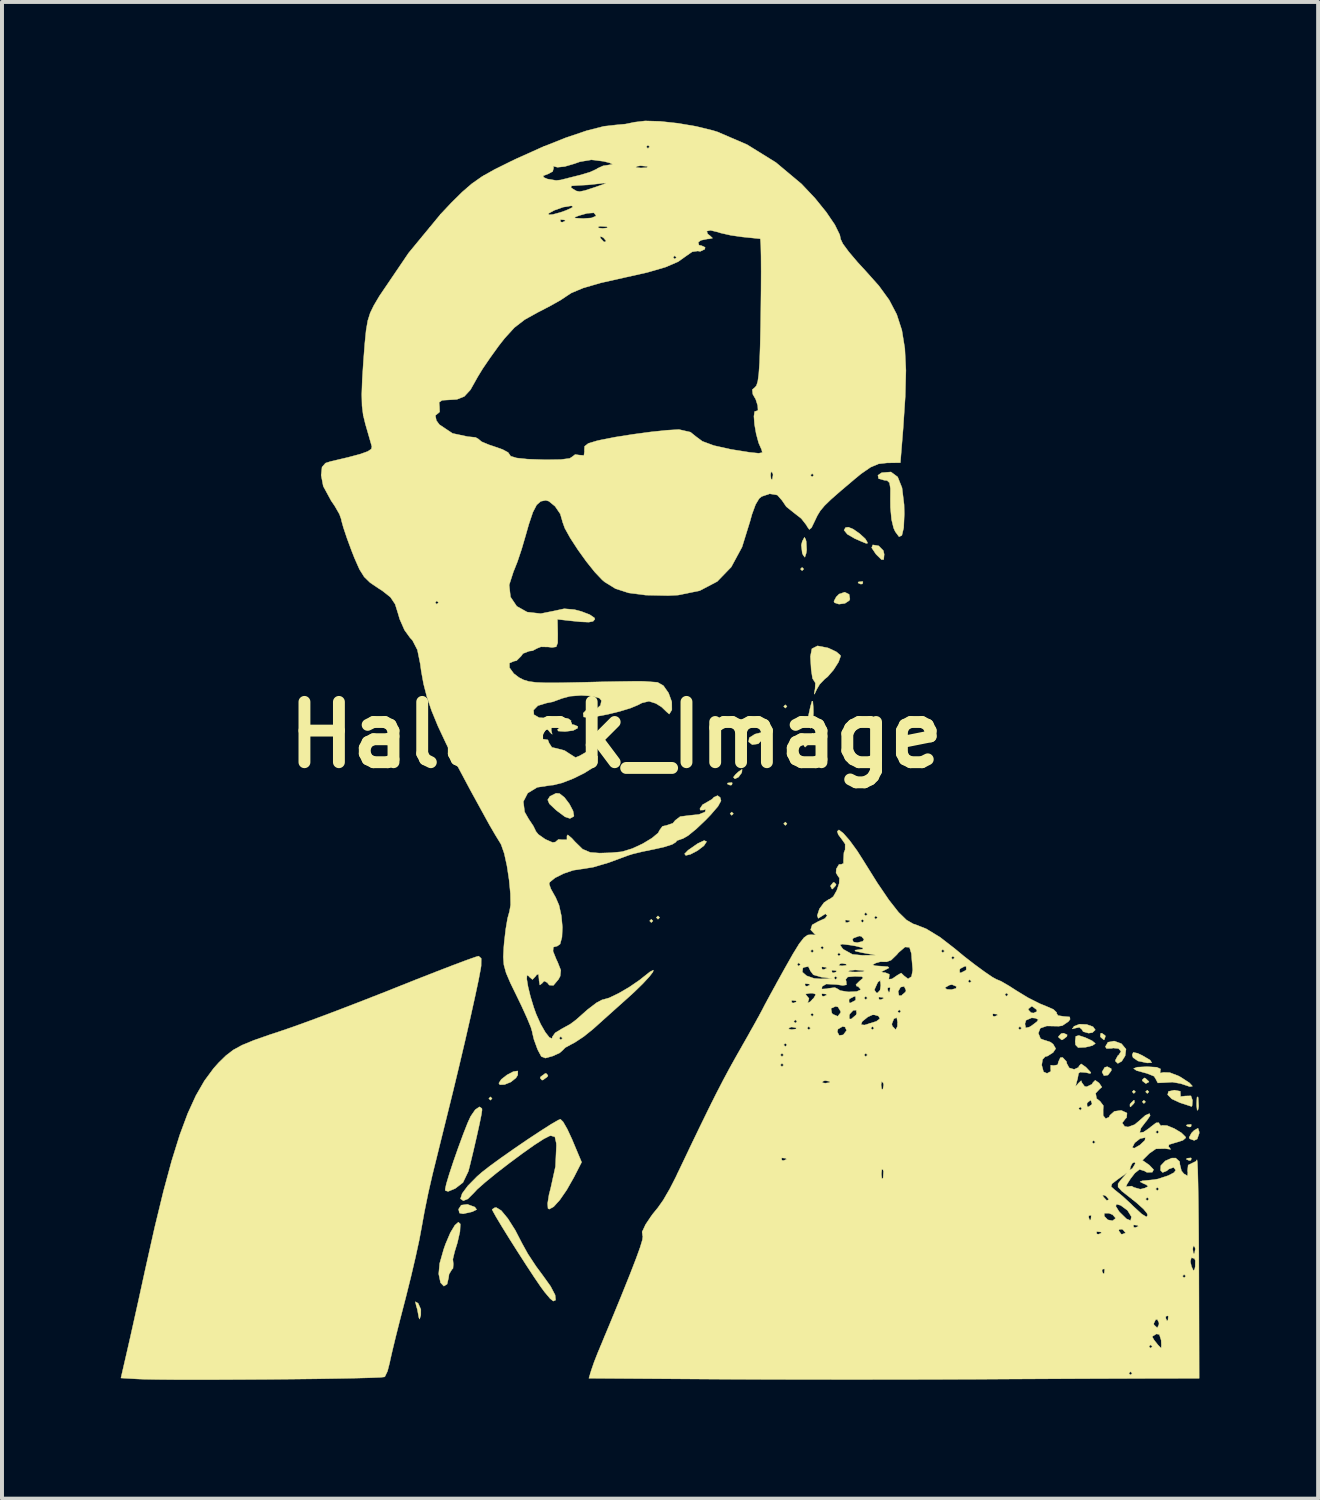
<source format=kicad_pcb>
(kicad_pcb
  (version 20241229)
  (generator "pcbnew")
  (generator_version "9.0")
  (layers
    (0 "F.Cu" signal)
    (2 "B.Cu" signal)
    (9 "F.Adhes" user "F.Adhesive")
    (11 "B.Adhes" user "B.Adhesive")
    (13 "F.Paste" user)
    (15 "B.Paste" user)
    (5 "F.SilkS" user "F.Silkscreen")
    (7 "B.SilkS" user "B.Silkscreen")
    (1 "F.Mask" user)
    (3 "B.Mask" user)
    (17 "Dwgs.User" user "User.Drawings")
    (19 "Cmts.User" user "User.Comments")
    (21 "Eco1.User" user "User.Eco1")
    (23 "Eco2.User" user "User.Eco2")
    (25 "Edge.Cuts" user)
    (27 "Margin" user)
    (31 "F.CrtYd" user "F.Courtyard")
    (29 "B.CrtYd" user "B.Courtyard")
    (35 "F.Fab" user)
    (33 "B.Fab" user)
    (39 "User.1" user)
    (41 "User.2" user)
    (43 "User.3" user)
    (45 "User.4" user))
  (footprint "Hallock_Image"
    (layer "F.Cu")
    (at 12.516 15.518)
    (property "Reference" "Hallock_Image" (at 0 0 0) (layer "F.SilkS") (effects (font (size 1.524 1.524) (thickness 0.3))))
    (attr through_hole)
    (fp_poly (pts (xy -3.133 9.186) (xy -3.175 9.229) (xy -3.217 9.186) (xy -3.175 9.144) (xy -3.133 9.186)) (stroke (width 0.01) (type solid)) (fill yes) (layer "F.SilkS"))
    (fp_poly (pts (xy 0.931 4.699) (xy 0.889 4.741) (xy 0.847 4.699) (xy 0.889 4.657) (xy 0.931 4.699)) (stroke (width 0.01) (type solid)) (fill yes) (layer "F.SilkS"))
    (fp_poly (pts (xy 1.101 4.614) (xy 1.058 4.657) (xy 1.016 4.614) (xy 1.058 4.572) (xy 1.101 4.614)) (stroke (width 0.01) (type solid)) (fill yes) (layer "F.SilkS"))
    (fp_poly (pts (xy 2.963 1.99) (xy 2.921 2.032) (xy 2.879 1.99) (xy 2.921 1.947) (xy 2.963 1.99)) (stroke (width 0.01) (type solid)) (fill yes) (layer "F.SilkS"))
    (fp_poly (pts (xy 4.318 -0.72) (xy 4.276 -0.677) (xy 4.233 -0.72) (xy 4.276 -0.762) (xy 4.318 -0.72)) (stroke (width 0.01) (type solid)) (fill yes) (layer "F.SilkS"))
    (fp_poly (pts (xy 4.318 2.244) (xy 4.276 2.286) (xy 4.233 2.244) (xy 4.276 2.201) (xy 4.318 2.244)) (stroke (width 0.01) (type solid)) (fill yes) (layer "F.SilkS"))
    (fp_poly (pts (xy 4.741 -4.191) (xy 4.699 -4.149) (xy 4.657 -4.191) (xy 4.699 -4.233) (xy 4.741 -4.191)) (stroke (width 0.01) (type solid)) (fill yes) (layer "F.SilkS"))
    (fp_poly (pts (xy 13.123 9.017) (xy 13.081 9.059) (xy 13.039 9.017) (xy 13.081 8.975) (xy 13.123 9.017)) (stroke (width 0.01) (type solid)) (fill yes) (layer "F.SilkS"))
    (fp_poly (pts (xy 13.377 9.271) (xy 13.335 9.313) (xy 13.293 9.271) (xy 13.335 9.229) (xy 13.377 9.271)) (stroke (width 0.01) (type solid)) (fill yes) (layer "F.SilkS"))
    (fp_poly (pts (xy 13.462 9.017) (xy 13.42 9.059) (xy 13.377 9.017) (xy 13.42 8.975) (xy 13.462 9.017)) (stroke (width 0.01) (type solid)) (fill yes) (layer "F.SilkS"))
    (fp_poly (pts (xy 2.935 1.214) (xy 2.923 1.264) (xy 2.879 1.27) (xy 2.809 1.239) (xy 2.822 1.214) (xy 2.923 1.203) (xy 2.935 1.214)) (stroke (width 0.01) (type solid)) (fill yes) (layer "F.SilkS"))
    (fp_poly (pts (xy 6.237 -3.866) (xy 6.225 -3.816) (xy 6.181 -3.81) (xy 6.111 -3.841) (xy 6.124 -3.866) (xy 6.225 -3.877) (xy 6.237 -3.866)) (stroke (width 0.01) (type solid)) (fill yes) (layer "F.SilkS"))
    (fp_poly (pts (xy 14.534 9.85) (xy 14.523 9.9) (xy 14.478 9.906) (xy 14.408 9.875) (xy 14.422 9.85) (xy 14.522 9.839) (xy 14.534 9.85)) (stroke (width 0.01) (type solid)) (fill yes) (layer "F.SilkS"))
    (fp_poly (pts (xy 14.534 10.696) (xy 14.523 10.747) (xy 14.478 10.753) (xy 14.408 10.722) (xy 14.422 10.696) (xy 14.522 10.686) (xy 14.534 10.696)) (stroke (width 0.01) (type solid)) (fill yes) (layer "F.SilkS"))
    (fp_poly (pts (xy 12.509 8.431) (xy 12.511 8.483) (xy 12.427 8.594) (xy 12.326 8.609) (xy 12.277 8.516) (xy 12.345 8.399) (xy 12.411 8.382) (xy 12.509 8.431)) (stroke (width 0.01) (type solid)) (fill yes) (layer "F.SilkS"))
    (fp_poly (pts (xy -1.722 8.603) (xy -1.736 8.636) (xy -1.848 8.718) (xy -1.873 8.721) (xy -1.919 8.669) (xy -1.905 8.636) (xy -1.793 8.554) (xy -1.768 8.551) (xy -1.722 8.603)) (stroke (width 0.01) (type solid)) (fill yes) (layer "F.SilkS"))
    (fp_poly (pts (xy 3.178 0.935) (xy 3.168 0.962) (xy 3.092 1.066) (xy 3.002 1.11) (xy 2.963 1.069) (xy 3.02 0.996) (xy 3.092 0.93) (xy 3.184 0.868) (xy 3.178 0.935)) (stroke (width 0.01) (type solid)) (fill yes) (layer "F.SilkS"))
    (fp_poly (pts (xy 4.989 0.004) (xy 4.928 0.135) (xy 4.871 0.217) (xy 4.775 0.309) (xy 4.744 0.269) (xy 4.797 0.122) (xy 4.868 0.03) (xy 4.969 -0.042) (xy 4.989 0.004)) (stroke (width 0.01) (type solid)) (fill yes) (layer "F.SilkS"))
    (fp_poly (pts (xy 5.559 3.777) (xy 5.546 3.81) (xy 5.47 3.891) (xy 5.456 3.895) (xy 5.42 3.829) (xy 5.419 3.81) (xy 5.484 3.729) (xy 5.508 3.725) (xy 5.559 3.777)) (stroke (width 0.01) (type solid)) (fill yes) (layer "F.SilkS"))
    (fp_poly (pts (xy 11.396 7.576) (xy 11.388 7.62) (xy 11.279 7.701) (xy 11.256 7.705) (xy 11.178 7.64) (xy 11.176 7.62) (xy 11.245 7.546) (xy 11.308 7.535) (xy 11.396 7.576)) (stroke (width 0.01) (type solid)) (fill yes) (layer "F.SilkS"))
    (fp_poly (pts (xy 12.358 7.597) (xy 12.361 7.62) (xy 12.332 7.702) (xy 12.324 7.705) (xy 12.252 7.645) (xy 12.234 7.62) (xy 12.241 7.542) (xy 12.272 7.535) (xy 12.358 7.597)) (stroke (width 0.01) (type solid)) (fill yes) (layer "F.SilkS"))
    (fp_poly (pts (xy 13.097 9.283) (xy 13.081 9.313) (xy 13.001 9.394) (xy 12.986 9.398) (xy 12.981 9.343) (xy 12.996 9.313) (xy 13.076 9.232) (xy 13.091 9.229) (xy 13.097 9.283)) (stroke (width 0.01) (type solid)) (fill yes) (layer "F.SilkS"))
    (fp_poly (pts (xy 13.377 8.678) (xy 13.458 8.754) (xy 13.462 8.768) (xy 13.396 8.804) (xy 13.377 8.805) (xy 13.296 8.74) (xy 13.293 8.716) (xy 13.345 8.665) (xy 13.377 8.678)) (stroke (width 0.01) (type solid)) (fill yes) (layer "F.SilkS"))
    (fp_poly (pts (xy 14.706 9.165) (xy 14.719 9.38) (xy 14.706 9.461) (xy 14.681 9.488) (xy 14.668 9.371) (xy 14.667 9.313) (xy 14.676 9.159) (xy 14.698 9.141) (xy 14.706 9.165)) (stroke (width 0.01) (type solid)) (fill yes) (layer "F.SilkS"))
    (fp_poly (pts (xy -5.007 14.357) (xy -5.001 14.362) (xy -4.933 14.514) (xy -4.934 14.659) (xy -4.965 14.76) (xy -4.984 14.718) (xy -5.022 14.514) (xy -5.05 14.421) (xy -5.072 14.32) (xy -5.007 14.357)) (stroke (width 0.01) (type solid)) (fill yes) (layer "F.SilkS"))
    (fp_poly (pts (xy 3.767 -0.055) (xy 3.749 0.039) (xy 3.725 0.085) (xy 3.592 0.224) (xy 3.439 0.246) (xy 3.348 0.175) (xy 3.364 0.072) (xy 3.508 -0.02) (xy 3.665 -0.061) (xy 3.767 -0.055)) (stroke (width 0.01) (type solid)) (fill yes) (layer "F.SilkS"))
    (fp_poly (pts (xy 6.634 -4.777) (xy 6.752 -4.657) (xy 6.773 -4.563) (xy 6.761 -4.431) (xy 6.705 -4.429) (xy 6.576 -4.556) (xy 6.561 -4.573) (xy 6.457 -4.729) (xy 6.485 -4.802) (xy 6.634 -4.777)) (stroke (width 0.01) (type solid)) (fill yes) (layer "F.SilkS"))
    (fp_poly (pts (xy 13.175 8.043) (xy 13.293 8.098) (xy 13.491 8.215) (xy 13.532 8.28) (xy 13.418 8.287) (xy 13.187 8.239) (xy 13.061 8.152) (xy 13.039 8.086) (xy 13.066 8.021) (xy 13.175 8.043)) (stroke (width 0.01) (type solid)) (fill yes) (layer "F.SilkS"))
    (fp_poly (pts (xy 14.731 10.024) (xy 14.732 10.065) (xy 14.681 10.211) (xy 14.605 10.245) (xy 14.492 10.204) (xy 14.478 10.17) (xy 14.536 10.06) (xy 14.605 9.991) (xy 14.702 9.936) (xy 14.731 10.024)) (stroke (width 0.01) (type solid)) (fill yes) (layer "F.SilkS"))
    (fp_poly (pts (xy -3.57 11.928) (xy -3.523 11.992) (xy -3.631 12.046) (xy -3.655 12.052) (xy -3.864 12.099) (xy -3.957 12.081) (xy -3.979 11.989) (xy -3.979 11.98) (xy -3.913 11.88) (xy -3.756 11.86) (xy -3.57 11.928)) (stroke (width 0.01) (type solid)) (fill yes) (layer "F.SilkS"))
    (fp_poly (pts (xy 2.286 2.695) (xy 2.286 2.697) (xy 2.219 2.799) (xy 2.061 2.92) (xy 1.88 3.016) (xy 1.76 3.045) (xy 1.73 3.004) (xy 1.82 2.912) (xy 2.062 2.744) (xy 2.225 2.668) (xy 2.286 2.695)) (stroke (width 0.01) (type solid)) (fill yes) (layer "F.SilkS"))
    (fp_poly (pts (xy 4.79 -4.94) (xy 4.803 -4.889) (xy 4.815 -4.673) (xy 4.803 -4.593) (xy 4.769 -4.489) (xy 4.726 -4.543) (xy 4.703 -4.593) (xy 4.68 -4.796) (xy 4.703 -4.889) (xy 4.758 -4.993) (xy 4.79 -4.94)) (stroke (width 0.01) (type solid)) (fill yes) (layer "F.SilkS"))
    (fp_poly (pts (xy 5.887 -3.552) (xy 5.907 -3.432) (xy 5.889 -3.394) (xy 5.782 -3.324) (xy 5.631 -3.304) (xy 5.519 -3.34) (xy 5.503 -3.376) (xy 5.561 -3.486) (xy 5.634 -3.559) (xy 5.776 -3.607) (xy 5.887 -3.552)) (stroke (width 0.01) (type solid)) (fill yes) (layer "F.SilkS"))
    (fp_poly (pts (xy -2.483 8.495) (xy -2.485 8.593) (xy -2.531 8.667) (xy -2.662 8.771) (xy -2.819 8.834) (xy -2.937 8.838) (xy -2.963 8.799) (xy -2.901 8.703) (xy -2.758 8.591) (xy -2.599 8.507) (xy -2.49 8.49) (xy -2.483 8.495)) (stroke (width 0.01) (type solid)) (fill yes) (layer "F.SilkS"))
    (fp_poly (pts (xy 4.97 -0.851) (xy 4.981 -0.702) (xy 4.985 -0.572) (xy 4.975 -0.337) (xy 4.938 -0.192) (xy 4.911 -0.169) (xy 4.844 -0.239) (xy 4.836 -0.318) (xy 4.864 -0.507) (xy 4.911 -0.72) (xy 4.949 -0.853) (xy 4.97 -0.851)) (stroke (width 0.01) (type solid)) (fill yes) (layer "F.SilkS"))
    (fp_poly (pts (xy 5.991 -5.199) (xy 6.155 -5.084) (xy 6.296 -4.954) (xy 6.35 -4.865) (xy 6.347 -4.838) (xy 6.31 -4.842) (xy 6.193 -4.89) (xy 6.032 -4.96) (xy 5.843 -5.07) (xy 5.759 -5.173) (xy 5.797 -5.239) (xy 5.868 -5.249) (xy 5.991 -5.199)) (stroke (width 0.01) (type solid)) (fill yes) (layer "F.SilkS"))
    (fp_poly (pts (xy 11.853 7.646) (xy 12.028 7.728) (xy 12.107 7.795) (xy 12.107 7.798) (xy 12.034 7.849) (xy 11.857 7.892) (xy 11.853 7.892) (xy 11.674 7.9) (xy 11.607 7.83) (xy 11.599 7.74) (xy 11.614 7.615) (xy 11.691 7.593) (xy 11.853 7.646)) (stroke (width 0.01) (type solid)) (fill yes) (layer "F.SilkS"))
    (fp_poly (pts (xy 11.891 7.316) (xy 12.049 7.372) (xy 12.107 7.452) (xy 12.036 7.52) (xy 11.938 7.535) (xy 11.8 7.496) (xy 11.769 7.442) (xy 11.706 7.387) (xy 11.62 7.404) (xy 11.525 7.428) (xy 11.569 7.363) (xy 11.572 7.36) (xy 11.707 7.308) (xy 11.891 7.316)) (stroke (width 0.01) (type solid)) (fill yes) (layer "F.SilkS"))
    (fp_poly (pts (xy -1.429 1.481) (xy -1.306 1.578) (xy -1.18 1.744) (xy -1.088 1.92) (xy -1.065 2.046) (xy -1.075 2.062) (xy -1.166 2.111) (xy -1.289 2.07) (xy -1.485 1.924) (xy -1.523 1.893) (xy -1.686 1.74) (xy -1.728 1.64) (xy -1.672 1.551) (xy -1.517 1.474) (xy -1.429 1.481)) (stroke (width 0.01) (type solid)) (fill yes) (layer "F.SilkS"))
    (fp_poly (pts (xy 14.254 9.003) (xy 14.258 9.073) (xy 14.261 9.137) (xy 14.38 9.123) (xy 14.523 9.119) (xy 14.563 9.232) (xy 14.563 9.237) (xy 14.553 9.366) (xy 14.541 9.389) (xy 14.455 9.36) (xy 14.273 9.301) (xy 14.25 9.294) (xy 14.038 9.196) (xy 13.935 9.09) (xy 13.956 9.007) (xy 14.105 8.975) (xy 14.254 9.003)) (stroke (width 0.01) (type solid)) (fill yes) (layer "F.SilkS"))
    (fp_poly (pts (xy 12.764 7.799) (xy 12.769 7.803) (xy 12.883 7.939) (xy 12.861 8.107) (xy 12.774 8.246) (xy 12.676 8.3) (xy 12.618 8.247) (xy 12.615 8.218) (xy 12.677 8.103) (xy 12.701 8.085) (xy 12.758 7.996) (xy 12.694 7.924) (xy 12.556 7.91) (xy 12.524 7.919) (xy 12.392 7.923) (xy 12.361 7.877) (xy 12.427 7.764) (xy 12.583 7.734) (xy 12.764 7.799)) (stroke (width 0.01) (type solid)) (fill yes) (layer "F.SilkS"))
    (fp_poly (pts (xy 7.114 -6.518) (xy 7.224 -6.243) (xy 7.276 -5.815) (xy 7.281 -5.582) (xy 7.266 -5.234) (xy 7.22 -5.041) (xy 7.149 -5.007) (xy 7.053 -5.136) (xy 7.011 -5.228) (xy 6.959 -5.444) (xy 6.931 -5.747) (xy 6.929 -5.948) (xy 6.931 -6.224) (xy 6.908 -6.37) (xy 6.846 -6.427) (xy 6.774 -6.435) (xy 6.632 -6.475) (xy 6.615 -6.561) (xy 6.71 -6.625) (xy 6.944 -6.644) (xy 7.114 -6.518)) (stroke (width 0.01) (type solid)) (fill yes) (layer "F.SilkS"))
    (fp_poly (pts (xy 5.343 -2.201) (xy 5.368 -2.193) (xy 5.564 -2.1) (xy 5.668 -2.01) (xy 5.673 -1.991) (xy 5.62 -1.842) (xy 5.495 -1.645) (xy 5.346 -1.472) (xy 5.27 -1.411) (xy 5.144 -1.28) (xy 5.072 -1.157) (xy 5.012 -1.028) (xy 5.007 -1.057) (xy 5.027 -1.164) (xy 5.035 -1.311) (xy 5.009 -1.355) (xy 4.963 -1.426) (xy 4.929 -1.648) (xy 4.909 -1.981) (xy 4.947 -2.178) (xy 5.089 -2.25) (xy 5.343 -2.201)) (stroke (width 0.01) (type solid)) (fill yes) (layer "F.SilkS"))
    (fp_poly (pts (xy -3.936 12.356) (xy -3.945 12.541) (xy -3.947 12.556) (xy -4.01 12.831) (xy -4.079 13.055) (xy -4.125 13.247) (xy -4.113 13.366) (xy -4.121 13.48) (xy -4.147 13.503) (xy -4.22 13.624) (xy -4.233 13.716) (xy -4.27 13.876) (xy -4.352 13.927) (xy -4.433 13.843) (xy -4.436 13.836) (xy -4.482 13.618) (xy -4.458 13.354) (xy -4.357 12.999) (xy -4.309 12.862) (xy -4.187 12.576) (xy -4.074 12.388) (xy -3.985 12.31) (xy -3.936 12.356)) (stroke (width 0.01) (type solid)) (fill yes) (layer "F.SilkS"))
    (fp_poly (pts (xy -3.391 9.437) (xy -3.387 9.477) (xy -3.405 9.598) (xy -3.454 9.839) (xy -3.524 10.155) (xy -3.604 10.502) (xy -3.684 10.835) (xy -3.732 11.023) (xy -3.869 11.309) (xy -4.066 11.461) (xy -4.243 11.534) (xy -4.313 11.513) (xy -4.318 11.479) (xy -4.29 11.345) (xy -4.215 11.095) (xy -4.109 10.773) (xy -3.986 10.423) (xy -3.862 10.086) (xy -3.752 9.806) (xy -3.676 9.639) (xy -3.56 9.47) (xy -3.453 9.396) (xy -3.391 9.437)) (stroke (width 0.01) (type solid)) (fill yes) (layer "F.SilkS"))
    (fp_poly (pts (xy -2.902 12.017) (xy -2.735 12.219) (xy -2.548 12.514) (xy -2.377 12.845) (xy -2.23 13.111) (xy -2.024 13.424) (xy -1.867 13.636) (xy -1.656 13.93) (xy -1.541 14.15) (xy -1.528 14.279) (xy -1.587 14.305) (xy -1.668 14.24) (xy -1.806 14.076) (xy -1.902 13.946) (xy -2.067 13.704) (xy -2.268 13.398) (xy -2.485 13.061) (xy -2.699 12.723) (xy -2.889 12.416) (xy -3.036 12.171) (xy -3.12 12.019) (xy -3.133 11.988) (xy -3.065 11.944) (xy -3.027 11.941) (xy -2.902 12.017)) (stroke (width 0.01) (type solid)) (fill yes) (layer "F.SilkS"))
    (fp_poly (pts (xy 13.66 8.396) (xy 13.757 8.44) (xy 13.749 8.481) (xy 13.745 8.545) (xy 13.829 8.526) (xy 13.99 8.532) (xy 14.211 8.617) (xy 14.266 8.647) (xy 14.486 8.791) (xy 14.562 8.874) (xy 14.496 8.886) (xy 14.287 8.817) (xy 14.266 8.809) (xy 14.055 8.772) (xy 13.86 8.784) (xy 13.687 8.792) (xy 13.648 8.721) (xy 13.649 8.718) (xy 13.592 8.624) (xy 13.408 8.55) (xy 13.394 8.547) (xy 13.15 8.481) (xy 13.075 8.428) (xy 13.168 8.394) (xy 13.411 8.382) (xy 13.66 8.396)) (stroke (width 0.01) (type solid)) (fill yes) (layer "F.SilkS"))
    (fp_poly (pts (xy -1.34 9.774) (xy -1.234 9.958) (xy -1.111 10.222) (xy -1.102 10.245) (xy -0.871 10.795) (xy -1.066 11.176) (xy -1.245 11.492) (xy -1.423 11.75) (xy -1.578 11.921) (xy -1.689 11.982) (xy -1.721 11.963) (xy -1.73 11.836) (xy -1.694 11.611) (xy -1.655 11.462) (xy -1.532 10.904) (xy -1.508 10.379) (xy -1.511 10.316) (xy -1.547 10.155) (xy -1.65 10.125) (xy -1.683 10.133) (xy -1.825 10.205) (xy -2.064 10.359) (xy -2.365 10.572) (xy -2.694 10.816) (xy -3.018 11.066) (xy -3.301 11.297) (xy -3.511 11.482) (xy -3.606 11.584) (xy -3.746 11.723) (xy -3.86 11.769) (xy -3.932 11.719) (xy -3.889 11.585) (xy -3.744 11.39) (xy -3.514 11.157) (xy -3.387 11.046) (xy -3.181 10.886) (xy -2.898 10.68) (xy -2.57 10.45) (xy -2.23 10.218) (xy -1.91 10.007) (xy -1.644 9.837) (xy -1.462 9.732) (xy -1.407 9.709) (xy -1.34 9.774)) (stroke (width 0.01) (type solid)) (fill yes) (layer "F.SilkS"))
    (fp_poly (pts (xy -3.408 5.646) (xy -3.41 5.835) (xy -3.421 5.905) (xy -3.475 6.191) (xy -3.564 6.609) (xy -3.679 7.129) (xy -3.814 7.719) (xy -3.962 8.348) (xy -4.115 8.984) (xy -4.196 9.313) (xy -4.318 9.806) (xy -4.443 10.31) (xy -4.556 10.769) (xy -4.644 11.123) (xy -4.646 11.134) (xy -4.745 11.566) (xy -4.842 12.041) (xy -4.915 12.446) (xy -4.975 12.766) (xy -5.069 13.198) (xy -5.184 13.691) (xy -5.309 14.193) (xy -5.339 14.309) (xy -5.458 14.769) (xy -5.566 15.197) (xy -5.652 15.553) (xy -5.708 15.799) (xy -5.719 15.855) (xy -5.775 16.073) (xy -5.839 16.208) (xy -5.852 16.22) (xy -5.951 16.231) (xy -6.195 16.241) (xy -6.563 16.251) (xy -7.03 16.26) (xy -7.575 16.269) (xy -8.173 16.276) (xy -8.801 16.282) (xy -9.437 16.286) (xy -10.058 16.289) (xy -10.639 16.29) (xy -11.159 16.289) (xy -11.593 16.285) (xy -11.919 16.279) (xy -12.077 16.273) (xy -12.511 16.248) (xy -12.351 15.553) (xy -12.275 15.22) (xy -12.175 14.771) (xy -12.06 14.255) (xy -11.944 13.723) (xy -11.896 13.504) (xy -11.658 12.441) (xy -11.437 11.531) (xy -11.228 10.758) (xy -11.025 10.107) (xy -10.823 9.564) (xy -10.617 9.113) (xy -10.401 8.738) (xy -10.17 8.425) (xy -10.036 8.275) (xy -9.855 8.099) (xy -9.672 7.959) (xy -9.449 7.837) (xy -9.15 7.714) (xy -8.741 7.571) (xy -8.514 7.497) (xy -8.168 7.378) (xy -7.701 7.209) (xy -7.148 7.002) (xy -6.546 6.771) (xy -5.929 6.53) (xy -5.584 6.393) (xy -5.035 6.174) (xy -4.534 5.978) (xy -4.106 5.813) (xy -3.77 5.687) (xy -3.551 5.61) (xy -3.473 5.588) (xy -3.408 5.646)) (stroke (width 0.01) (type solid)) (fill yes) (layer "F.SilkS"))
    (fp_poly (pts (xy 1.115 -15.502) (xy 1.559 -15.454) (xy 2.019 -15.376) (xy 2.444 -15.272) (xy 2.563 -15.235) (xy 3.311 -14.913) (xy 4.037 -14.463) (xy 4.682 -13.923) (xy 4.692 -13.913) (xy 5.025 -13.56) (xy 5.31 -13.208) (xy 5.526 -12.89) (xy 5.651 -12.635) (xy 5.673 -12.526) (xy 5.728 -12.41) (xy 5.879 -12.205) (xy 6.101 -11.943) (xy 6.309 -11.717) (xy 6.64 -11.346) (xy 6.899 -10.99) (xy 7.09 -10.625) (xy 7.22 -10.224) (xy 7.295 -9.761) (xy 7.322 -9.211) (xy 7.305 -8.548) (xy 7.252 -7.745) (xy 7.248 -7.693) (xy 7.182 -6.878) (xy 6.845 -6.873) (xy 6.633 -6.849) (xy 6.432 -6.765) (xy 6.19 -6.598) (xy 6.027 -6.464) (xy 5.675 -6.166) (xy 5.43 -5.951) (xy 5.266 -5.792) (xy 5.159 -5.664) (xy 5.084 -5.541) (xy 5.026 -5.419) (xy 4.937 -5.235) (xy 4.881 -5.19) (xy 4.826 -5.267) (xy 4.811 -5.298) (xy 4.68 -5.466) (xy 4.486 -5.618) (xy 4.3 -5.767) (xy 4.191 -5.927) (xy 4.19 -5.928) (xy 4.074 -6.06) (xy 3.881 -6.093) (xy 3.678 -6.024) (xy 3.614 -5.972) (xy 3.524 -5.822) (xy 3.432 -5.572) (xy 3.385 -5.401) (xy 3.182 -4.747) (xy 2.909 -4.242) (xy 2.556 -3.877) (xy 2.112 -3.644) (xy 1.569 -3.533) (xy 1.312 -3.52) (xy 0.749 -3.532) (xy 0.317 -3.588) (xy -0.017 -3.696) (xy -0.288 -3.864) (xy -0.352 -3.918) (xy -0.538 -4.114) (xy -0.752 -4.381) (xy -0.968 -4.682) (xy -1.159 -4.976) (xy -1.296 -5.223) (xy -1.354 -5.384) (xy -1.355 -5.392) (xy -1.41 -5.583) (xy -1.542 -5.776) (xy -1.7 -5.905) (xy -1.777 -5.927) (xy -1.904 -5.902) (xy -2.007 -5.811) (xy -2.103 -5.626) (xy -2.206 -5.32) (xy -2.286 -5.038) (xy -2.388 -4.69) (xy -2.492 -4.379) (xy -2.577 -4.164) (xy -2.59 -4.136) (xy -2.702 -3.788) (xy -2.668 -3.486) (xy -2.51 -3.251) (xy -2.248 -3.104) (xy -1.904 -3.065) (xy -1.569 -3.132) (xy -1.311 -3.188) (xy -1.053 -3.166) (xy -0.884 -3.122) (xy -0.668 -3.04) (xy -0.547 -2.957) (xy -0.537 -2.923) (xy -0.581 -2.871) (xy -0.689 -2.849) (xy -0.897 -2.858) (xy -1.185 -2.887) (xy -1.482 -2.921) (xy -1.474 -2.554) (xy -1.476 -2.326) (xy -1.514 -2.226) (xy -1.619 -2.21) (xy -1.71 -2.222) (xy -1.899 -2.226) (xy -1.998 -2.187) (xy -2.11 -2.127) (xy -2.197 -2.117) (xy -2.353 -2.056) (xy -2.401 -1.99) (xy -2.514 -1.877) (xy -2.58 -1.863) (xy -2.695 -1.815) (xy -2.693 -1.698) (xy -2.585 -1.55) (xy -2.453 -1.45) (xy -2.34 -1.392) (xy -2.206 -1.351) (xy -2.022 -1.327) (xy -1.759 -1.316) (xy -1.388 -1.318) (xy -0.88 -1.329) (xy -0.823 -1.33) (xy -0.346 -1.342) (xy 0.08 -1.35) (xy 0.424 -1.355) (xy 0.652 -1.355) (xy 0.72 -1.353) (xy 0.95 -1.336) (xy 1.047 -1.329) (xy 1.194 -1.246) (xy 1.325 -1.06) (xy 1.407 -0.835) (xy 1.409 -0.637) (xy 1.404 -0.624) (xy 1.343 -0.526) (xy 1.277 -0.582) (xy 1.152 -0.703) (xy 1.006 -0.795) (xy 0.83 -0.851) (xy 0.652 -0.808) (xy 0.55 -0.755) (xy 0.36 -0.676) (xy 0.09 -0.594) (xy -0.212 -0.52) (xy -0.498 -0.466) (xy -0.717 -0.44) (xy -0.821 -0.454) (xy -0.832 -0.55) (xy -0.745 -0.635) (xy -0.633 -0.646) (xy -0.498 -0.655) (xy -0.395 -0.748) (xy -0.37 -0.866) (xy -0.418 -0.928) (xy -0.606 -0.982) (xy -0.881 -0.999) (xy -1.163 -0.978) (xy -1.374 -0.921) (xy -1.38 -0.918) (xy -1.601 -0.836) (xy -1.752 -0.807) (xy -1.977 -0.739) (xy -2.086 -0.627) (xy -2.077 -0.512) (xy -1.944 -0.436) (xy -1.791 -0.427) (xy -1.438 -0.436) (xy -1.214 -0.413) (xy -1.136 -0.359) (xy -1.143 -0.339) (xy -1.123 -0.267) (xy -1.058 -0.254) (xy -0.967 -0.214) (xy -0.974 -0.169) (xy -1.087 -0.111) (xy -1.289 -0.086) (xy -1.296 -0.086) (xy -1.464 -0.098) (xy -1.48 -0.138) (xy -1.439 -0.169) (xy -1.372 -0.231) (xy -1.456 -0.252) (xy -1.5 -0.253) (xy -1.636 -0.222) (xy -1.638 -0.109) (xy -1.637 -0.106) (xy -1.614 -0.016) (xy -1.664 -0.059) (xy -1.712 -0.12) (xy -1.861 -0.226) (xy -2.004 -0.214) (xy -2.081 -0.098) (xy -2.08 -0.026) (xy -1.999 0.092) (xy -1.875 0.101) (xy -1.724 0.125) (xy -1.693 0.206) (xy -1.622 0.315) (xy -1.51 0.339) (xy -1.302 0.394) (xy -1.169 0.481) (xy -1.026 0.571) (xy -0.915 0.526) (xy -0.912 0.523) (xy -0.737 0.423) (xy -0.572 0.437) (xy -0.468 0.542) (xy -0.474 0.71) (xy -0.582 0.824) (xy -0.8 0.962) (xy -1.076 1.099) (xy -1.356 1.209) (xy -1.589 1.267) (xy -1.64 1.27) (xy -1.993 1.324) (xy -2.233 1.47) (xy -2.344 1.685) (xy -2.311 1.946) (xy -2.212 2.12) (xy -2.092 2.3) (xy -2.033 2.421) (xy -2.031 2.431) (xy -1.965 2.513) (xy -1.803 2.627) (xy -1.777 2.642) (xy -1.605 2.717) (xy -1.526 2.705) (xy -1.524 2.696) (xy -1.457 2.64) (xy -1.361 2.648) (xy -1.242 2.649) (xy -1.242 2.552) (xy -1.221 2.524) (xy -1.119 2.61) (xy -1.039 2.698) (xy -0.847 2.886) (xy -0.653 2.968) (xy -0.417 2.986) (xy -0.131 2.977) (xy 0.119 2.954) (xy 0.169 2.945) (xy 0.411 2.87) (xy 0.673 2.748) (xy 0.906 2.607) (xy 1.062 2.477) (xy 1.101 2.404) (xy 1.171 2.309) (xy 1.273 2.286) (xy 1.435 2.231) (xy 1.493 2.159) (xy 1.619 2.063) (xy 1.867 2.032) (xy 2.092 2.009) (xy 2.237 1.951) (xy 2.252 1.934) (xy 2.262 1.876) (xy 2.214 1.897) (xy 2.127 1.9) (xy 2.117 1.865) (xy 2.185 1.762) (xy 2.265 1.718) (xy 2.423 1.625) (xy 2.473 1.573) (xy 2.564 1.533) (xy 2.63 1.581) (xy 2.651 1.664) (xy 2.575 1.803) (xy 2.39 2.018) (xy 2.262 2.151) (xy 2.025 2.376) (xy 1.82 2.543) (xy 1.683 2.622) (xy 1.667 2.625) (xy 1.536 2.671) (xy 1.51 2.708) (xy 1.418 2.766) (xy 1.207 2.833) (xy 0.974 2.885) (xy 0.671 2.947) (xy 0.416 3.009) (xy 0.296 3.047) (xy -0.184 3.225) (xy -0.576 3.341) (xy -0.852 3.386) (xy -0.868 3.387) (xy -1.084 3.42) (xy -1.328 3.503) (xy -1.543 3.611) (xy -1.675 3.719) (xy -1.693 3.762) (xy -1.649 3.889) (xy -1.544 4.078) (xy -1.532 4.095) (xy -1.442 4.303) (xy -1.383 4.572) (xy -1.357 4.857) (xy -1.368 5.11) (xy -1.415 5.283) (xy -1.484 5.334) (xy -1.585 5.361) (xy -1.594 5.464) (xy -1.511 5.671) (xy -1.478 5.739) (xy -1.397 5.945) (xy -1.413 6.095) (xy -1.456 6.176) (xy -1.584 6.328) (xy -1.689 6.321) (xy -1.741 6.256) (xy -1.818 6.218) (xy -1.872 6.277) (xy -1.927 6.319) (xy -1.947 6.203) (xy -1.947 6.181) (xy -1.961 6.044) (xy -2.008 6.061) (xy -2.033 6.096) (xy -2.113 6.18) (xy -2.191 6.115) (xy -2.204 6.096) (xy -2.252 6.068) (xy -2.257 6.168) (xy -2.225 6.36) (xy -2.164 6.611) (xy -2.08 6.886) (xy -2.019 7.056) (xy -1.906 7.307) (xy -1.788 7.513) (xy -1.685 7.644) (xy -1.62 7.67) (xy -1.618 7.662) (xy -1.439 7.662) (xy -1.397 7.705) (xy -1.355 7.662) (xy -1.397 7.62) (xy -1.439 7.662) (xy -1.618 7.662) (xy -1.609 7.624) (xy -1.539 7.527) (xy -1.377 7.428) (xy -1.158 7.307) (xy -1.011 7.197) (xy -0.725 6.943) (xy -0.495 6.767) (xy -0.349 6.69) (xy -0.335 6.689) (xy -0.174 6.643) (xy 0.069 6.526) (xy 0.343 6.365) (xy 0.595 6.192) (xy 0.666 6.135) (xy 0.856 5.985) (xy 0.941 5.942) (xy 0.931 5.988) (xy 0.839 6.108) (xy 0.675 6.285) (xy 0.451 6.503) (xy 0.328 6.615) (xy 0.022 6.889) (xy -0.276 7.156) (xy -0.516 7.372) (xy -0.582 7.431) (xy -0.819 7.622) (xy -1.05 7.774) (xy -1.122 7.811) (xy -1.286 7.901) (xy -1.355 7.971) (xy -1.426 8.034) (xy -1.598 8.112) (xy -1.614 8.117) (xy -1.789 8.165) (xy -1.89 8.124) (xy -1.976 7.962) (xy -1.995 7.917) (xy -2.076 7.693) (xy -2.116 7.526) (xy -2.117 7.51) (xy -2.152 7.389) (xy -2.249 7.155) (xy -2.389 6.847) (xy -2.498 6.621) (xy -2.671 6.266) (xy -2.779 6.013) (xy -2.835 5.81) (xy -2.85 5.61) (xy -2.837 5.36) (xy -2.826 5.23) (xy -2.788 4.905) (xy -2.742 4.633) (xy -2.697 4.471) (xy -2.695 4.467) (xy -2.665 4.296) (xy -2.67 4.012) (xy -2.703 3.666) (xy -2.757 3.31) (xy -2.826 2.995) (xy -2.904 2.772) (xy -2.925 2.734) (xy -3.048 2.534) (xy -3.2 2.273) (xy -3.253 2.177) (xy -3.674 1.41) (xy -4.016 0.768) (xy -4.289 0.23) (xy -4.502 -0.224) (xy -4.663 -0.616) (xy -4.781 -0.964) (xy -4.865 -1.291) (xy -4.924 -1.617) (xy -4.947 -1.789) (xy -5.02 -2.148) (xy -5.144 -2.388) (xy -5.205 -2.454) (xy -5.347 -2.651) (xy -5.469 -2.929) (xy -5.503 -3.048) (xy -5.583 -3.304) (xy -5.61 -3.344) (xy -4.572 -3.344) (xy -4.53 -3.302) (xy -4.487 -3.344) (xy -4.53 -3.387) (xy -4.572 -3.344) (xy -5.61 -3.344) (xy -5.702 -3.481) (xy -5.91 -3.645) (xy -6.008 -3.707) (xy -6.216 -3.848) (xy -6.364 -3.992) (xy -6.485 -4.185) (xy -6.612 -4.473) (xy -6.679 -4.644) (xy -6.799 -4.968) (xy -6.89 -5.24) (xy -6.939 -5.415) (xy -6.943 -5.446) (xy -6.99 -5.578) (xy -7.109 -5.785) (xy -7.197 -5.913) (xy -7.399 -6.285) (xy -7.451 -6.559) (xy -7.45 -6.569) (xy 3.901 -6.569) (xy 3.917 -6.459) (xy 3.946 -6.458) (xy 3.964 -6.562) (xy 4.911 -6.562) (xy 4.953 -6.519) (xy 4.995 -6.562) (xy 4.953 -6.604) (xy 4.911 -6.562) (xy 3.964 -6.562) (xy 3.966 -6.571) (xy 3.953 -6.62) (xy 3.915 -6.652) (xy 3.901 -6.569) (xy -7.45 -6.569) (xy -7.43 -6.767) (xy -7.342 -6.868) (xy -7.218 -6.908) (xy -6.768 -7.014) (xy -6.461 -7.096) (xy -6.275 -7.163) (xy -6.185 -7.223) (xy -6.17 -7.285) (xy -6.172 -7.29) (xy -6.213 -7.434) (xy -6.283 -7.677) (xy -6.335 -7.856) (xy -6.387 -8.072) (xy -4.567 -8.072) (xy -4.541 -7.943) (xy -4.464 -7.839) (xy -4.131 -7.618) (xy -3.74 -7.535) (xy -3.731 -7.535) (xy -3.55 -7.517) (xy -3.471 -7.471) (xy -3.471 -7.469) (xy -3.398 -7.408) (xy -3.211 -7.33) (xy -3.09 -7.29) (xy -2.866 -7.211) (xy -2.729 -7.137) (xy -2.709 -7.109) (xy -2.664 -7.043) (xy -2.513 -6.997) (xy -2.237 -6.968) (xy -1.815 -6.953) (xy -1.757 -6.952) (xy -1.396 -6.958) (xy -1.172 -6.987) (xy -1.101 -7.033) (xy -1.035 -7.085) (xy -0.935 -7.071) (xy -0.813 -7.061) (xy -0.799 -7.17) (xy -0.802 -7.186) (xy -0.796 -7.292) (xy -0.703 -7.365) (xy -0.488 -7.43) (xy -0.396 -7.451) (xy -0.018 -7.525) (xy 0.427 -7.595) (xy 0.88 -7.656) (xy 1.284 -7.698) (xy 1.582 -7.716) (xy 1.59 -7.716) (xy 1.879 -7.65) (xy 2.014 -7.541) (xy 2.18 -7.418) (xy 2.47 -7.311) (xy 2.9 -7.215) (xy 3.378 -7.139) (xy 3.604 -7.116) (xy 3.694 -7.135) (xy 3.678 -7.203) (xy 3.677 -7.205) (xy 3.601 -7.378) (xy 3.539 -7.608) (xy 3.497 -7.848) (xy 3.482 -8.051) (xy 3.5 -8.172) (xy 3.538 -8.181) (xy 3.585 -8.202) (xy 3.578 -8.32) (xy 3.528 -8.478) (xy 3.454 -8.608) (xy 3.441 -8.724) (xy 3.504 -8.778) (xy 3.546 -8.827) (xy 3.58 -8.935) (xy 3.605 -9.122) (xy 3.625 -9.407) (xy 3.639 -9.811) (xy 3.651 -10.354) (xy 3.656 -10.69) (xy 3.662 -11.228) (xy 3.664 -11.704) (xy 3.662 -12.095) (xy 3.656 -12.375) (xy 3.646 -12.521) (xy 3.641 -12.536) (xy 3.538 -12.546) (xy 3.327 -12.568) (xy 3.195 -12.581) (xy 2.9 -12.623) (xy 2.639 -12.682) (xy 2.569 -12.705) (xy 2.386 -12.749) (xy 2.29 -12.728) (xy 2.314 -12.657) (xy 2.373 -12.612) (xy 2.437 -12.552) (xy 2.348 -12.533) (xy 2.312 -12.532) (xy 2.141 -12.496) (xy 2.074 -12.446) (xy 2.094 -12.374) (xy 2.159 -12.361) (xy 2.249 -12.319) (xy 2.24 -12.271) (xy 2.125 -12.216) (xy 2.064 -12.227) (xy 1.922 -12.206) (xy 1.775 -12.104) (xy 1.567 -11.956) (xy 1.245 -11.818) (xy 0.788 -11.685) (xy 0.212 -11.556) (xy -0.388 -11.421) (xy -0.832 -11.292) (xy -1.134 -11.165) (xy -1.256 -11.084) (xy -1.4 -10.988) (xy -1.646 -10.849) (xy -1.943 -10.694) (xy -1.968 -10.682) (xy -2.307 -10.494) (xy -2.57 -10.291) (xy -2.818 -10.019) (xy -2.962 -9.835) (xy -3.178 -9.536) (xy -3.369 -9.256) (xy -3.497 -9.046) (xy -3.513 -9.017) (xy -3.68 -8.72) (xy -3.836 -8.551) (xy -4.021 -8.478) (xy -4.189 -8.467) (xy -4.395 -8.455) (xy -4.472 -8.403) (xy -4.463 -8.297) (xy -4.458 -8.162) (xy -4.495 -8.128) (xy -4.567 -8.072) (xy -6.387 -8.072) (xy -6.389 -8.078) (xy -6.419 -8.313) (xy -6.426 -8.602) (xy -6.413 -8.984) (xy -6.384 -9.433) (xy -6.349 -9.893) (xy -6.316 -10.224) (xy -6.274 -10.467) (xy -6.213 -10.661) (xy -6.123 -10.847) (xy -5.995 -11.064) (xy -5.972 -11.101) (xy -5.318 -12.065) (xy 1.439 -12.065) (xy 1.482 -12.023) (xy 1.524 -12.065) (xy 1.482 -12.107) (xy 1.439 -12.065) (xy -5.318 -12.065) (xy -5.244 -12.175) (xy -4.901 -12.591) (xy -0.41 -12.591) (xy -0.389 -12.544) (xy -0.304 -12.453) (xy -0.255 -12.472) (xy -0.254 -12.483) (xy -0.314 -12.555) (xy -0.352 -12.581) (xy -0.41 -12.591) (xy -4.901 -12.591) (xy -4.72 -12.81) (xy -0.455 -12.81) (xy -0.339 -12.798) (xy -0.218 -12.811) (xy -0.233 -12.841) (xy -0.406 -12.852) (xy -0.445 -12.841) (xy -0.455 -12.81) (xy -4.72 -12.81) (xy -4.555 -13.01) (xy -1.411 -13.01) (xy -1.399 -12.96) (xy -1.355 -12.954) (xy -1.285 -12.985) (xy -1.298 -13.01) (xy -1.399 -13.021) (xy -1.411 -13.01) (xy -4.555 -13.01) (xy -4.498 -13.079) (xy -1.049 -13.079) (xy -1.028 -13.058) (xy -0.853 -13.048) (xy -0.826 -13.047) (xy -0.622 -13.062) (xy -0.513 -13.108) (xy -0.508 -13.123) (xy -0.561 -13.191) (xy -0.731 -13.179) (xy -0.931 -13.123) (xy -1.049 -13.079) (xy -4.498 -13.079) (xy -4.447 -13.141) (xy -1.706 -13.141) (xy -1.597 -13.15) (xy -1.402 -13.203) (xy -1.27 -13.25) (xy -1.106 -13.326) (xy -1.102 -13.363) (xy -1.143 -13.367) (xy -1.34 -13.334) (xy -1.566 -13.253) (xy -1.705 -13.176) (xy -1.706 -13.141) (xy -4.447 -13.141) (xy -4.433 -13.158) (xy -4.162 -13.446) (xy -3.889 -13.716) (xy -3.756 -13.831) (xy -1.141 -13.831) (xy -1.101 -13.801) (xy -1.007 -13.744) (xy -0.922 -13.727) (xy -0.793 -13.753) (xy -0.565 -13.827) (xy -0.508 -13.846) (xy -0.304 -13.917) (xy -0.256 -13.946) (xy -0.354 -13.938) (xy -0.413 -13.929) (xy -0.705 -13.897) (xy -0.963 -13.884) (xy -1.128 -13.872) (xy -1.141 -13.831) (xy -3.756 -13.831) (xy -3.646 -13.926) (xy -3.39 -14.106) (xy -3.356 -14.125) (xy -1.846 -14.125) (xy -1.824 -14.084) (xy -1.736 -14.046) (xy -1.515 -14.009) (xy -1.397 -14.022) (xy -1.205 -14.071) (xy -0.946 -14.136) (xy -0.889 -14.15) (xy -0.655 -14.221) (xy -0.493 -14.296) (xy -0.47 -14.314) (xy -0.412 -14.34) (xy 0.496 -14.34) (xy 0.609 -14.326) (xy 0.635 -14.325) (xy 0.78 -14.334) (xy 0.792 -14.361) (xy 0.785 -14.364) (xy 0.617 -14.381) (xy 0.531 -14.367) (xy 0.496 -14.34) (xy -0.412 -14.34) (xy -0.329 -14.378) (xy -0.174 -14.402) (xy -0.089 -14.419) (xy -0.167 -14.455) (xy -0.321 -14.493) (xy -0.628 -14.531) (xy -0.916 -14.481) (xy -1.055 -14.432) (xy -1.297 -14.361) (xy -1.482 -14.342) (xy -1.531 -14.355) (xy -1.596 -14.371) (xy -1.578 -14.328) (xy -1.602 -14.236) (xy -1.713 -14.175) (xy -1.846 -14.125) (xy -3.356 -14.125) (xy -3.077 -14.283) (xy -2.664 -14.488) (xy -2.52 -14.557) (xy -1.873 -14.848) (xy -1.845 -14.859) (xy 0.762 -14.859) (xy 0.804 -14.817) (xy 0.847 -14.859) (xy 0.804 -14.901) (xy 0.762 -14.859) (xy -1.845 -14.859) (xy -1.271 -15.088) (xy -0.741 -15.267) (xy -0.309 -15.377) (xy -0.029 -15.409) (xy 0.24 -15.434) (xy 0.466 -15.481) (xy 0.734 -15.513) (xy 1.115 -15.502)) (stroke (width 0.01) (type solid)) (fill yes) (layer "F.SilkS"))
    (fp_poly (pts (xy 5.74 2.484) (xy 5.9 2.667) (xy 6.089 2.926) (xy 6.245 3.171) (xy 6.601 3.741) (xy 6.894 4.172) (xy 7.136 4.48) (xy 7.337 4.676) (xy 7.51 4.776) (xy 7.552 4.787) (xy 7.836 4.899) (xy 8.186 5.112) (xy 8.555 5.398) (xy 8.793 5.595) (xy 9.056 5.799) (xy 9.307 5.983) (xy 9.506 6.119) (xy 9.617 6.18) (xy 9.623 6.181) (xy 9.728 6.225) (xy 9.924 6.339) (xy 10.119 6.464) (xy 10.412 6.642) (xy 10.708 6.791) (xy 10.859 6.852) (xy 11.048 6.934) (xy 11.132 7.014) (xy 11.129 7.034) (xy 11.165 7.09) (xy 11.308 7.112) (xy 11.461 7.125) (xy 11.47 7.185) (xy 11.427 7.242) (xy 11.275 7.345) (xy 11.184 7.359) (xy 10.882 7.353) (xy 10.717 7.41) (xy 10.668 7.535) (xy 10.724 7.675) (xy 10.801 7.705) (xy 10.974 7.761) (xy 11.042 7.813) (xy 11.107 7.926) (xy 11.04 8.025) (xy 10.899 8.114) (xy 10.841 8.128) (xy 10.775 8.2) (xy 10.753 8.34) (xy 10.799 8.513) (xy 10.889 8.551) (xy 10.985 8.499) (xy 10.978 8.429) (xy 10.981 8.343) (xy 11.053 8.353) (xy 11.157 8.335) (xy 11.176 8.257) (xy 11.225 8.153) (xy 11.282 8.149) (xy 11.379 8.253) (xy 11.388 8.303) (xy 11.448 8.413) (xy 11.574 8.45) (xy 11.682 8.4) (xy 11.698 8.363) (xy 11.75 8.311) (xy 11.866 8.392) (xy 11.888 8.414) (xy 11.996 8.53) (xy 11.979 8.556) (xy 11.867 8.53) (xy 11.725 8.519) (xy 11.684 8.552) (xy 11.66 8.685) (xy 11.634 8.777) (xy 11.609 8.878) (xy 11.658 8.829) (xy 11.675 8.805) (xy 11.75 8.735) (xy 11.767 8.784) (xy 11.836 8.879) (xy 11.889 8.89) (xy 12.022 8.826) (xy 12.047 8.784) (xy 12.105 8.725) (xy 12.203 8.795) (xy 12.273 8.898) (xy 12.213 8.95) (xy 12.116 9.052) (xy 12.139 9.186) (xy 12.228 9.257) (xy 12.311 9.367) (xy 12.305 9.468) (xy 12.306 9.619) (xy 12.37 9.694) (xy 12.452 9.658) (xy 12.477 9.609) (xy 12.589 9.51) (xy 12.761 9.486) (xy 12.899 9.548) (xy 12.908 9.561) (xy 12.897 9.67) (xy 12.871 9.693) (xy 12.787 9.804) (xy 12.849 9.891) (xy 12.935 9.906) (xy 13.102 9.845) (xy 13.231 9.737) (xy 13.375 9.609) (xy 13.476 9.567) (xy 13.493 9.619) (xy 13.407 9.746) (xy 13.378 9.779) (xy 13.26 9.934) (xy 13.231 10.039) (xy 13.236 10.047) (xy 13.329 10.034) (xy 13.33 10.033) (xy 13.631 10.033) (xy 13.674 10.075) (xy 13.716 10.033) (xy 13.674 9.991) (xy 13.631 10.033) (xy 13.33 10.033) (xy 13.48 9.928) (xy 13.505 9.906) (xy 13.643 9.801) (xy 13.714 9.798) (xy 13.716 9.812) (xy 13.765 9.876) (xy 13.8 9.864) (xy 13.92 9.87) (xy 14.103 9.945) (xy 14.281 10.052) (xy 14.386 10.155) (xy 14.393 10.18) (xy 14.32 10.243) (xy 14.143 10.299) (xy 14.133 10.301) (xy 13.968 10.351) (xy 13.959 10.409) (xy 13.984 10.429) (xy 14.011 10.47) (xy 13.884 10.454) (xy 13.872 10.452) (xy 13.639 10.457) (xy 13.472 10.573) (xy 13.298 10.747) (xy 13.471 10.868) (xy 13.58 10.983) (xy 13.549 11.047) (xy 13.411 11.052) (xy 13.344 11.014) (xy 13.223 10.978) (xy 13.107 11.07) (xy 12.997 11.212) (xy 12.913 11.344) (xy 12.878 11.422) (xy 12.911 11.41) (xy 13.026 11.399) (xy 13.084 11.432) (xy 13.242 11.477) (xy 13.267 11.472) (xy 13.631 11.472) (xy 13.674 11.515) (xy 13.716 11.472) (xy 13.674 11.43) (xy 13.631 11.472) (xy 13.267 11.472) (xy 13.339 11.459) (xy 13.444 11.408) (xy 13.393 11.363) (xy 13.329 11.336) (xy 13.237 11.29) (xy 13.293 11.266) (xy 13.399 11.256) (xy 13.593 11.236) (xy 13.695 11.218) (xy 13.819 11.176) (xy 13.949 11.134) (xy 14.096 11.058) (xy 14.139 10.997) (xy 14.087 10.926) (xy 13.966 10.968) (xy 13.912 11.014) (xy 13.808 11.056) (xy 13.755 11.001) (xy 13.762 10.881) (xy 13.876 10.762) (xy 14.039 10.691) (xy 14.138 10.69) (xy 14.238 10.781) (xy 14.244 10.85) (xy 14.284 11.013) (xy 14.346 11.088) (xy 14.437 11.141) (xy 14.445 11.058) (xy 14.437 11.014) (xy 14.453 10.868) (xy 14.518 10.837) (xy 14.651 10.771) (xy 14.675 10.732) (xy 14.685 10.787) (xy 14.695 10.993) (xy 14.703 11.332) (xy 14.711 11.783) (xy 14.717 12.329) (xy 14.722 12.951) (xy 14.724 13.441) (xy 14.731 16.256) (xy 13.568 16.258) (xy 13.217 16.259) (xy 12.724 16.261) (xy 12.116 16.263) (xy 11.419 16.266) (xy 10.659 16.27) (xy 9.865 16.274) (xy 9.062 16.279) (xy 8.975 16.279) (xy 8.053 16.283) (xy 7.034 16.285) (xy 5.964 16.286) (xy 4.892 16.285) (xy 3.864 16.283) (xy 2.929 16.279) (xy 2.429 16.276) (xy -0.688 16.254) (xy -0.65 16.129) (xy 12.954 16.129) (xy 12.996 16.171) (xy 13.039 16.129) (xy 12.996 16.087) (xy 12.954 16.129) (xy -0.65 16.129) (xy -0.631 16.064) (xy -0.556 15.846) (xy -0.468 15.621) (xy -0.397 15.452) (xy 13.462 15.452) (xy 13.504 15.494) (xy 13.547 15.452) (xy 13.504 15.409) (xy 13.462 15.452) (xy -0.397 15.452) (xy -0.297 15.21) (xy 13.547 15.21) (xy 13.593 15.289) (xy 13.688 15.409) (xy 13.764 15.488) (xy 13.771 15.491) (xy 13.776 15.421) (xy 13.771 15.293) (xy 13.725 15.148) (xy 13.652 15.133) (xy 13.555 15.193) (xy 13.547 15.21) (xy -0.297 15.21) (xy -0.158 14.877) (xy 13.581 14.877) (xy 13.593 14.907) (xy 13.674 14.982) (xy 13.714 14.897) (xy 13.716 14.854) (xy 13.674 14.767) (xy 13.63 14.775) (xy 13.581 14.877) (xy -0.158 14.877) (xy -0.134 14.818) (xy -0.098 14.732) (xy 13.885 14.732) (xy 13.916 14.802) (xy 13.942 14.788) (xy 13.952 14.688) (xy 13.942 14.676) (xy 13.891 14.687) (xy 13.885 14.732) (xy -0.098 14.732) (xy 0.137 14.159) (xy 0.332 13.674) (xy 14.309 13.674) (xy 14.351 13.716) (xy 14.393 13.674) (xy 14.351 13.631) (xy 14.309 13.674) (xy 0.332 13.674) (xy 0.348 13.635) (xy 0.382 13.547) (xy 12.277 13.547) (xy 12.308 13.616) (xy 12.333 13.603) (xy 12.343 13.503) (xy 12.333 13.49) (xy 12.283 13.502) (xy 12.277 13.547) (xy 0.382 13.547) (xy 0.477 13.301) (xy 14.508 13.301) (xy 14.537 13.429) (xy 14.589 13.54) (xy 14.618 13.495) (xy 14.631 13.434) (xy 14.634 13.28) (xy 14.612 13.23) (xy 14.535 13.207) (xy 14.508 13.301) (xy 0.477 13.301) (xy 0.503 13.234) (xy 0.592 12.989) (xy 14.569 12.989) (xy 14.585 13.099) (xy 14.614 13.1) (xy 14.634 12.987) (xy 14.621 12.938) (xy 14.583 12.906) (xy 14.569 12.989) (xy 0.592 12.989) (xy 0.607 12.947) (xy 0.663 12.761) (xy 0.676 12.668) (xy 0.669 12.652) (xy 0.658 12.559) (xy 12.136 12.559) (xy 12.147 12.609) (xy 12.192 12.615) (xy 12.262 12.584) (xy 12.248 12.559) (xy 12.148 12.549) (xy 12.136 12.559) (xy 0.658 12.559) (xy 0.658 12.555) (xy 0.672 12.526) (xy 12.7 12.526) (xy 12.761 12.612) (xy 12.785 12.615) (xy 12.867 12.586) (xy 12.869 12.578) (xy 12.81 12.506) (xy 12.785 12.488) (xy 12.707 12.495) (xy 12.7 12.526) (xy 0.672 12.526) (xy 0.735 12.39) (xy 13.067 12.39) (xy 13.079 12.44) (xy 13.123 12.446) (xy 13.193 12.415) (xy 13.18 12.39) (xy 13.079 12.379) (xy 13.067 12.39) (xy 0.735 12.39) (xy 0.746 12.367) (xy 0.864 12.192) (xy 11.938 12.192) (xy 11.969 12.262) (xy 11.994 12.248) (xy 12.005 12.148) (xy 11.994 12.136) (xy 11.944 12.147) (xy 11.938 12.192) (xy 0.864 12.192) (xy 0.914 12.119) (xy 0.943 12.083) (xy 12.334 12.083) (xy 12.334 12.159) (xy 12.423 12.251) (xy 12.543 12.275) (xy 12.614 12.218) (xy 12.615 12.202) (xy 12.545 12.122) (xy 12.452 12.084) (xy 12.334 12.083) (xy 0.943 12.083) (xy 1.061 11.938) (xy 1.082 11.907) (xy 12.624 11.907) (xy 12.705 12.037) (xy 12.728 12.063) (xy 12.897 12.228) (xy 12.999 12.269) (xy 13.019 12.18) (xy 13.018 12.171) (xy 12.921 12.013) (xy 12.749 11.886) (xy 12.643 11.856) (xy 12.624 11.907) (xy 1.082 11.907) (xy 1.191 11.753) (xy 1.266 11.624) (xy 12.29 11.624) (xy 12.311 11.671) (xy 12.396 11.762) (xy 12.445 11.743) (xy 12.446 11.731) (xy 12.386 11.66) (xy 12.348 11.634) (xy 12.29 11.624) (xy 1.266 11.624) (xy 1.353 11.474) (xy 1.385 11.412) (xy 12.506 11.412) (xy 12.6 11.496) (xy 12.625 11.515) (xy 12.798 11.656) (xy 13.01 11.851) (xy 13.068 11.909) (xy 13.28 12.104) (xy 13.403 12.18) (xy 13.429 12.133) (xy 13.413 12.086) (xy 13.326 11.979) (xy 13.145 11.816) (xy 13.032 11.726) (xy 13.377 11.726) (xy 13.42 11.769) (xy 13.462 11.726) (xy 13.42 11.684) (xy 13.377 11.726) (xy 13.032 11.726) (xy 12.99 11.693) (xy 12.778 11.527) (xy 12.682 11.422) (xy 12.682 11.338) (xy 12.76 11.235) (xy 12.761 11.234) (xy 12.912 11.061) (xy 12.68 11.224) (xy 12.529 11.339) (xy 12.506 11.412) (xy 1.385 11.412) (xy 1.506 11.176) (xy 1.546 11.091) (xy 6.702 11.091) (xy 6.715 11.212) (xy 6.745 11.197) (xy 6.756 11.024) (xy 6.748 10.996) (xy 12.976 10.996) (xy 13.038 10.956) (xy 13.049 10.945) (xy 13.116 10.834) (xy 13.107 10.793) (xy 13.044 10.818) (xy 13.002 10.897) (xy 12.976 10.996) (xy 6.748 10.996) (xy 6.745 10.986) (xy 6.714 10.975) (xy 6.702 11.091) (xy 1.546 11.091) (xy 1.735 10.696) (xy 4.177 10.696) (xy 4.189 10.747) (xy 4.233 10.753) (xy 4.303 10.722) (xy 4.29 10.696) (xy 4.189 10.686) (xy 4.177 10.696) (xy 1.735 10.696) (xy 1.838 10.479) (xy 1.862 10.428) (xy 13.039 10.428) (xy 13.096 10.44) (xy 13.233 10.361) (xy 13.242 10.354) (xy 13.361 10.241) (xy 13.37 10.175) (xy 13.367 10.173) (xy 13.239 10.199) (xy 13.103 10.305) (xy 13.039 10.428) (xy 13.039 10.428) (xy 1.862 10.428) (xy 1.93 10.287) (xy 12.023 10.287) (xy 12.065 10.329) (xy 12.107 10.287) (xy 12.065 10.245) (xy 12.023 10.287) (xy 1.93 10.287) (xy 2.111 9.911) (xy 2.337 9.448) (xy 2.341 9.44) (xy 11.684 9.44) (xy 11.726 9.483) (xy 11.769 9.44) (xy 11.726 9.398) (xy 11.684 9.44) (xy 2.341 9.44) (xy 2.404 9.313) (xy 11.896 9.313) (xy 11.902 9.391) (xy 11.933 9.398) (xy 12.019 9.337) (xy 12.023 9.313) (xy 11.994 9.231) (xy 11.985 9.229) (xy 11.913 9.288) (xy 11.896 9.313) (xy 2.404 9.313) (xy 2.529 9.063) (xy 2.644 8.841) (xy 6.695 8.841) (xy 6.711 8.95) (xy 6.74 8.952) (xy 6.76 8.838) (xy 6.747 8.789) (xy 6.709 8.757) (xy 6.695 8.841) (xy 2.644 8.841) (xy 2.673 8.785) (xy 5.201 8.785) (xy 5.285 8.799) (xy 5.394 8.783) (xy 5.396 8.754) (xy 5.282 8.734) (xy 5.233 8.747) (xy 5.201 8.785) (xy 2.673 8.785) (xy 2.699 8.734) (xy 2.859 8.435) (xy 2.912 8.34) (xy 4.149 8.34) (xy 4.191 8.382) (xy 4.233 8.34) (xy 4.191 8.297) (xy 4.149 8.34) (xy 2.912 8.34) (xy 3.022 8.142) (xy 3.054 8.086) (xy 4.149 8.086) (xy 4.191 8.128) (xy 4.233 8.086) (xy 6.265 8.086) (xy 6.308 8.128) (xy 6.35 8.086) (xy 6.308 8.043) (xy 6.265 8.086) (xy 4.233 8.086) (xy 4.191 8.043) (xy 4.149 8.086) (xy 3.054 8.086) (xy 3.126 7.959) (xy 3.198 7.832) (xy 4.233 7.832) (xy 4.276 7.874) (xy 4.318 7.832) (xy 4.276 7.789) (xy 4.233 7.832) (xy 3.198 7.832) (xy 3.329 7.602) (xy 3.386 7.5) (xy 5.588 7.5) (xy 5.637 7.593) (xy 5.739 7.578) (xy 5.823 7.467) (xy 5.798 7.408) (xy 6.435 7.408) (xy 6.477 7.451) (xy 6.519 7.408) (xy 6.477 7.366) (xy 6.435 7.408) (xy 5.798 7.408) (xy 5.786 7.38) (xy 5.722 7.366) (xy 5.605 7.434) (xy 5.588 7.5) (xy 3.386 7.5) (xy 3.425 7.43) (xy 4.355 7.43) (xy 4.438 7.444) (xy 4.548 7.428) (xy 4.549 7.408) (xy 4.826 7.408) (xy 4.868 7.451) (xy 4.911 7.408) (xy 4.868 7.366) (xy 4.826 7.408) (xy 4.549 7.408) (xy 4.549 7.4) (xy 4.436 7.379) (xy 4.387 7.393) (xy 4.355 7.43) (xy 3.425 7.43) (xy 3.488 7.319) (xy 6.187 7.319) (xy 6.276 7.33) (xy 6.308 7.321) (xy 6.359 7.305) (xy 6.965 7.305) (xy 6.98 7.359) (xy 7.064 7.446) (xy 7.085 7.408) (xy 10.16 7.408) (xy 10.202 7.451) (xy 10.245 7.408) (xy 10.202 7.366) (xy 10.16 7.408) (xy 7.085 7.408) (xy 7.106 7.368) (xy 7.11 7.3) (xy 10.329 7.3) (xy 10.35 7.402) (xy 10.441 7.381) (xy 10.499 7.346) (xy 10.63 7.247) (xy 10.668 7.194) (xy 10.597 7.157) (xy 10.499 7.148) (xy 10.356 7.209) (xy 10.329 7.3) (xy 7.11 7.3) (xy 7.112 7.264) (xy 7.091 7.142) (xy 7.02 7.17) (xy 7.018 7.172) (xy 6.965 7.305) (xy 6.359 7.305) (xy 6.505 7.259) (xy 6.576 7.236) (xy 6.665 7.17) (xy 6.628 7.102) (xy 6.496 7.064) (xy 6.36 7.125) (xy 6.218 7.24) (xy 6.187 7.319) (xy 3.488 7.319) (xy 3.504 7.291) (xy 3.532 7.239) (xy 4.487 7.239) (xy 4.53 7.281) (xy 4.572 7.239) (xy 4.53 7.197) (xy 4.487 7.239) (xy 3.532 7.239) (xy 3.567 7.176) (xy 5.891 7.176) (xy 5.942 7.177) (xy 6.063 7.074) (xy 6.071 7.056) (xy 9.511 7.056) (xy 9.523 7.106) (xy 9.567 7.112) (xy 9.637 7.081) (xy 9.624 7.056) (xy 9.523 7.045) (xy 9.511 7.056) (xy 6.071 7.056) (xy 6.077 7.043) (xy 6.072 6.985) (xy 7.112 6.985) (xy 7.154 7.027) (xy 7.197 6.985) (xy 7.154 6.943) (xy 10.414 6.943) (xy 10.483 7.017) (xy 10.546 7.027) (xy 10.634 6.986) (xy 10.626 6.943) (xy 10.517 6.861) (xy 10.494 6.858) (xy 10.416 6.923) (xy 10.414 6.943) (xy 7.154 6.943) (xy 7.112 6.985) (xy 6.072 6.985) (xy 6.069 6.953) (xy 5.991 6.958) (xy 5.907 7.048) (xy 5.893 7.077) (xy 5.891 7.176) (xy 3.567 7.176) (xy 3.626 7.07) (xy 4.911 7.07) (xy 4.953 7.112) (xy 4.995 7.07) (xy 4.953 7.027) (xy 4.911 7.07) (xy 3.626 7.07) (xy 3.631 7.059) (xy 3.693 6.943) (xy 3.71 6.91) (xy 5.429 6.91) (xy 5.45 7.027) (xy 5.475 7.056) (xy 5.599 7.109) (xy 5.67 7.021) (xy 5.673 6.985) (xy 5.605 6.873) (xy 5.546 6.858) (xy 5.429 6.91) (xy 3.71 6.91) (xy 3.755 6.822) (xy 3.812 6.717) (xy 4.431 6.717) (xy 4.443 6.767) (xy 4.487 6.773) (xy 4.557 6.742) (xy 4.544 6.717) (xy 4.443 6.707) (xy 4.431 6.717) (xy 3.812 6.717) (xy 3.882 6.587) (xy 3.905 6.545) (xy 4.787 6.545) (xy 4.805 6.576) (xy 4.874 6.659) (xy 4.864 6.696) (xy 4.839 6.77) (xy 4.901 6.743) (xy 4.954 6.689) (xy 5.884 6.689) (xy 5.888 6.767) (xy 5.917 6.773) (xy 6.036 6.712) (xy 6.054 6.689) (xy 6.052 6.646) (xy 6.265 6.646) (xy 6.308 6.689) (xy 6.35 6.646) (xy 6.336 6.632) (xy 6.632 6.632) (xy 6.644 6.683) (xy 6.689 6.689) (xy 6.758 6.658) (xy 6.745 6.632) (xy 6.645 6.622) (xy 6.632 6.632) (xy 6.336 6.632) (xy 6.308 6.604) (xy 6.265 6.646) (xy 6.052 6.646) (xy 6.05 6.611) (xy 6.021 6.604) (xy 5.902 6.666) (xy 5.884 6.689) (xy 4.954 6.689) (xy 4.995 6.646) (xy 5.048 6.553) (xy 5.033 6.548) (xy 5.193 6.548) (xy 5.205 6.598) (xy 5.249 6.604) (xy 5.319 6.573) (xy 5.306 6.548) (xy 5.205 6.537) (xy 5.193 6.548) (xy 5.033 6.548) (xy 4.966 6.525) (xy 4.9 6.526) (xy 4.787 6.545) (xy 3.905 6.545) (xy 3.973 6.421) (xy 5.197 6.421) (xy 5.322 6.413) (xy 5.364 6.403) (xy 5.526 6.383) (xy 5.588 6.412) (xy 5.663 6.459) (xy 5.847 6.49) (xy 5.885 6.492) (xy 6.08 6.482) (xy 6.175 6.441) (xy 6.525 6.441) (xy 6.576 6.517) (xy 6.604 6.519) (xy 6.67 6.448) (xy 6.672 6.435) (xy 6.858 6.435) (xy 6.889 6.504) (xy 6.914 6.491) (xy 6.915 6.482) (xy 7.125 6.482) (xy 7.146 6.586) (xy 7.21 6.586) (xy 7.236 6.562) (xy 9.821 6.562) (xy 9.864 6.604) (xy 9.906 6.562) (xy 9.864 6.519) (xy 9.821 6.562) (xy 7.236 6.562) (xy 7.314 6.492) (xy 7.324 6.449) (xy 7.294 6.387) (xy 8.306 6.387) (xy 8.356 6.427) (xy 8.472 6.435) (xy 8.59 6.403) (xy 8.596 6.354) (xy 8.486 6.308) (xy 8.422 6.32) (xy 8.306 6.387) (xy 7.294 6.387) (xy 7.278 6.354) (xy 7.188 6.371) (xy 7.125 6.482) (xy 6.915 6.482) (xy 6.925 6.391) (xy 6.914 6.378) (xy 6.864 6.39) (xy 6.858 6.435) (xy 6.672 6.435) (xy 6.687 6.329) (xy 6.676 6.223) (xy 8.89 6.223) (xy 8.932 6.265) (xy 8.975 6.223) (xy 8.932 6.181) (xy 8.89 6.223) (xy 6.676 6.223) (xy 6.674 6.205) (xy 6.624 6.236) (xy 6.604 6.265) (xy 6.525 6.441) (xy 6.175 6.441) (xy 6.178 6.439) (xy 6.181 6.429) (xy 6.114 6.355) (xy 6.08 6.35) (xy 6.059 6.31) (xy 6.143 6.226) (xy 6.242 6.141) (xy 6.212 6.106) (xy 6.035 6.099) (xy 5.851 6.115) (xy 5.801 6.18) (xy 5.814 6.229) (xy 5.821 6.313) (xy 5.729 6.33) (xy 5.567 6.306) (xy 5.311 6.293) (xy 5.204 6.355) (xy 5.197 6.421) (xy 3.973 6.421) (xy 4.043 6.294) (xy 4.77 6.294) (xy 4.781 6.344) (xy 4.826 6.35) (xy 4.896 6.319) (xy 4.882 6.294) (xy 4.782 6.283) (xy 4.77 6.294) (xy 4.043 6.294) (xy 4.054 6.272) (xy 4.21 5.991) (xy 4.705 5.991) (xy 4.814 6.086) (xy 5.002 6.151) (xy 5.165 6.164) (xy 5.461 6.154) (xy 5.338 6.138) (xy 5.503 6.138) (xy 5.546 6.181) (xy 5.588 6.138) (xy 5.546 6.096) (xy 5.503 6.138) (xy 5.338 6.138) (xy 5.186 6.119) (xy 4.983 6.06) (xy 4.911 5.964) (xy 4.907 5.955) (xy 5.447 5.955) (xy 5.459 6.005) (xy 5.503 6.011) (xy 5.573 5.98) (xy 5.57 5.974) (xy 5.86 5.974) (xy 5.961 5.988) (xy 6.054 5.99) (xy 6.228 5.983) (xy 6.273 5.964) (xy 6.245 5.953) (xy 6.042 5.937) (xy 5.906 5.951) (xy 5.86 5.974) (xy 5.57 5.974) (xy 5.56 5.955) (xy 5.459 5.945) (xy 5.447 5.955) (xy 4.907 5.955) (xy 4.866 5.87) (xy 5.193 5.87) (xy 5.205 5.921) (xy 5.249 5.927) (xy 5.319 5.896) (xy 5.306 5.87) (xy 5.205 5.86) (xy 5.193 5.87) (xy 4.866 5.87) (xy 4.857 5.851) (xy 4.741 5.873) (xy 4.718 5.893) (xy 4.705 5.991) (xy 4.21 5.991) (xy 4.252 5.915) (xy 4.317 5.8) (xy 4.572 5.8) (xy 4.614 5.842) (xy 4.635 5.822) (xy 5.625 5.822) (xy 5.708 5.835) (xy 5.818 5.82) (xy 5.818 5.808) (xy 6.48 5.808) (xy 6.541 5.832) (xy 6.689 5.842) (xy 6.868 5.856) (xy 6.895 5.885) (xy 6.816 5.927) (xy 6.703 5.983) (xy 6.745 6.002) (xy 6.799 6.005) (xy 6.903 6.047) (xy 6.9 6.096) (xy 6.89 6.172) (xy 6.972 6.164) (xy 7.095 6.08) (xy 7.099 6.076) (xy 7.203 6.016) (xy 7.275 6.086) (xy 7.377 6.164) (xy 7.463 6.105) (xy 7.495 5.941) (xy 7.494 5.927) (xy 8.678 5.927) (xy 8.682 6.005) (xy 8.711 6.011) (xy 8.83 5.95) (xy 8.848 5.927) (xy 8.844 5.849) (xy 8.815 5.842) (xy 8.696 5.904) (xy 8.678 5.927) (xy 7.494 5.927) (xy 7.492 5.908) (xy 7.47 5.656) (xy 7.469 5.63) (xy 8.467 5.63) (xy 8.509 5.673) (xy 8.551 5.63) (xy 8.509 5.588) (xy 8.467 5.63) (xy 7.469 5.63) (xy 7.461 5.524) (xy 7.442 5.461) (xy 8.213 5.461) (xy 8.255 5.503) (xy 8.297 5.461) (xy 8.255 5.419) (xy 8.213 5.461) (xy 7.442 5.461) (xy 7.412 5.366) (xy 7.3 5.358) (xy 7.135 5.5) (xy 7.093 5.551) (xy 6.949 5.69) (xy 6.833 5.734) (xy 6.827 5.732) (xy 6.676 5.731) (xy 6.562 5.763) (xy 6.48 5.808) (xy 5.818 5.808) (xy 5.819 5.791) (xy 5.706 5.771) (xy 5.657 5.784) (xy 5.625 5.822) (xy 4.635 5.822) (xy 4.657 5.8) (xy 4.614 5.757) (xy 4.572 5.8) (xy 4.317 5.8) (xy 4.461 5.546) (xy 5.588 5.546) (xy 5.63 5.588) (xy 5.673 5.546) (xy 5.63 5.503) (xy 5.588 5.546) (xy 4.461 5.546) (xy 4.47 5.53) (xy 4.513 5.461) (xy 4.911 5.461) (xy 4.953 5.503) (xy 4.995 5.461) (xy 4.953 5.419) (xy 4.911 5.461) (xy 4.513 5.461) (xy 4.565 5.376) (xy 5.165 5.376) (xy 5.207 5.419) (xy 5.249 5.376) (xy 5.207 5.334) (xy 5.165 5.376) (xy 4.565 5.376) (xy 4.609 5.305) (xy 5.658 5.305) (xy 5.715 5.388) (xy 5.743 5.418) (xy 5.971 5.544) (xy 6.223 5.569) (xy 6.562 5.564) (xy 6.223 5.503) (xy 6.048 5.464) (xy 6.032 5.438) (xy 6.089 5.431) (xy 6.24 5.41) (xy 6.226 5.377) (xy 6.05 5.333) (xy 5.912 5.31) (xy 5.714 5.285) (xy 5.658 5.305) (xy 4.609 5.305) (xy 4.628 5.274) (xy 4.714 5.165) (xy 5.969 5.165) (xy 5.995 5.231) (xy 6.091 5.249) (xy 6.231 5.215) (xy 6.265 5.165) (xy 6.197 5.089) (xy 6.143 5.08) (xy 5.999 5.132) (xy 5.969 5.165) (xy 4.714 5.165) (xy 4.746 5.123) (xy 4.841 5.055) (xy 4.93 5.047) (xy 4.937 5.048) (xy 5.04 5.056) (xy 5.016 5.032) (xy 4.915 4.923) (xy 4.954 4.799) (xy 5.117 4.708) (xy 5.122 4.707) (xy 5.17 4.685) (xy 5.786 4.685) (xy 5.797 4.735) (xy 5.842 4.741) (xy 5.912 4.71) (xy 5.906 4.699) (xy 6.181 4.699) (xy 6.223 4.741) (xy 6.265 4.699) (xy 6.223 4.657) (xy 6.181 4.699) (xy 5.906 4.699) (xy 5.898 4.685) (xy 5.798 4.675) (xy 5.786 4.685) (xy 5.17 4.685) (xy 5.281 4.635) (xy 5.296 4.614) (xy 6.519 4.614) (xy 6.562 4.657) (xy 6.604 4.614) (xy 6.562 4.572) (xy 6.519 4.614) (xy 5.296 4.614) (xy 5.334 4.56) (xy 5.301 4.53) (xy 6.265 4.53) (xy 6.308 4.572) (xy 6.35 4.53) (xy 6.308 4.487) (xy 6.265 4.53) (xy 5.301 4.53) (xy 5.289 4.519) (xy 5.207 4.572) (xy 5.107 4.634) (xy 5.083 4.566) (xy 5.083 4.561) (xy 5.137 4.395) (xy 5.255 4.234) (xy 5.382 4.15) (xy 5.397 4.149) (xy 5.488 4.083) (xy 5.576 3.928) (xy 5.636 3.75) (xy 5.642 3.613) (xy 5.614 3.579) (xy 5.557 3.485) (xy 5.564 3.384) (xy 5.632 3.272) (xy 5.689 3.27) (xy 5.745 3.246) (xy 5.745 3.163) (xy 5.756 2.974) (xy 5.786 2.899) (xy 5.787 2.757) (xy 5.72 2.66) (xy 5.613 2.516) (xy 5.588 2.436) (xy 5.629 2.399) (xy 5.74 2.484)) (stroke (width 0.01) (type solid)) (fill yes) (layer "F.SilkS")))
  (gr_rect
    (start -3 -3)
    (end 30.253 34.813)
    (stroke (width 0.1) (type default))
    (fill no)
    (layer "Edge.Cuts")))
</source>
